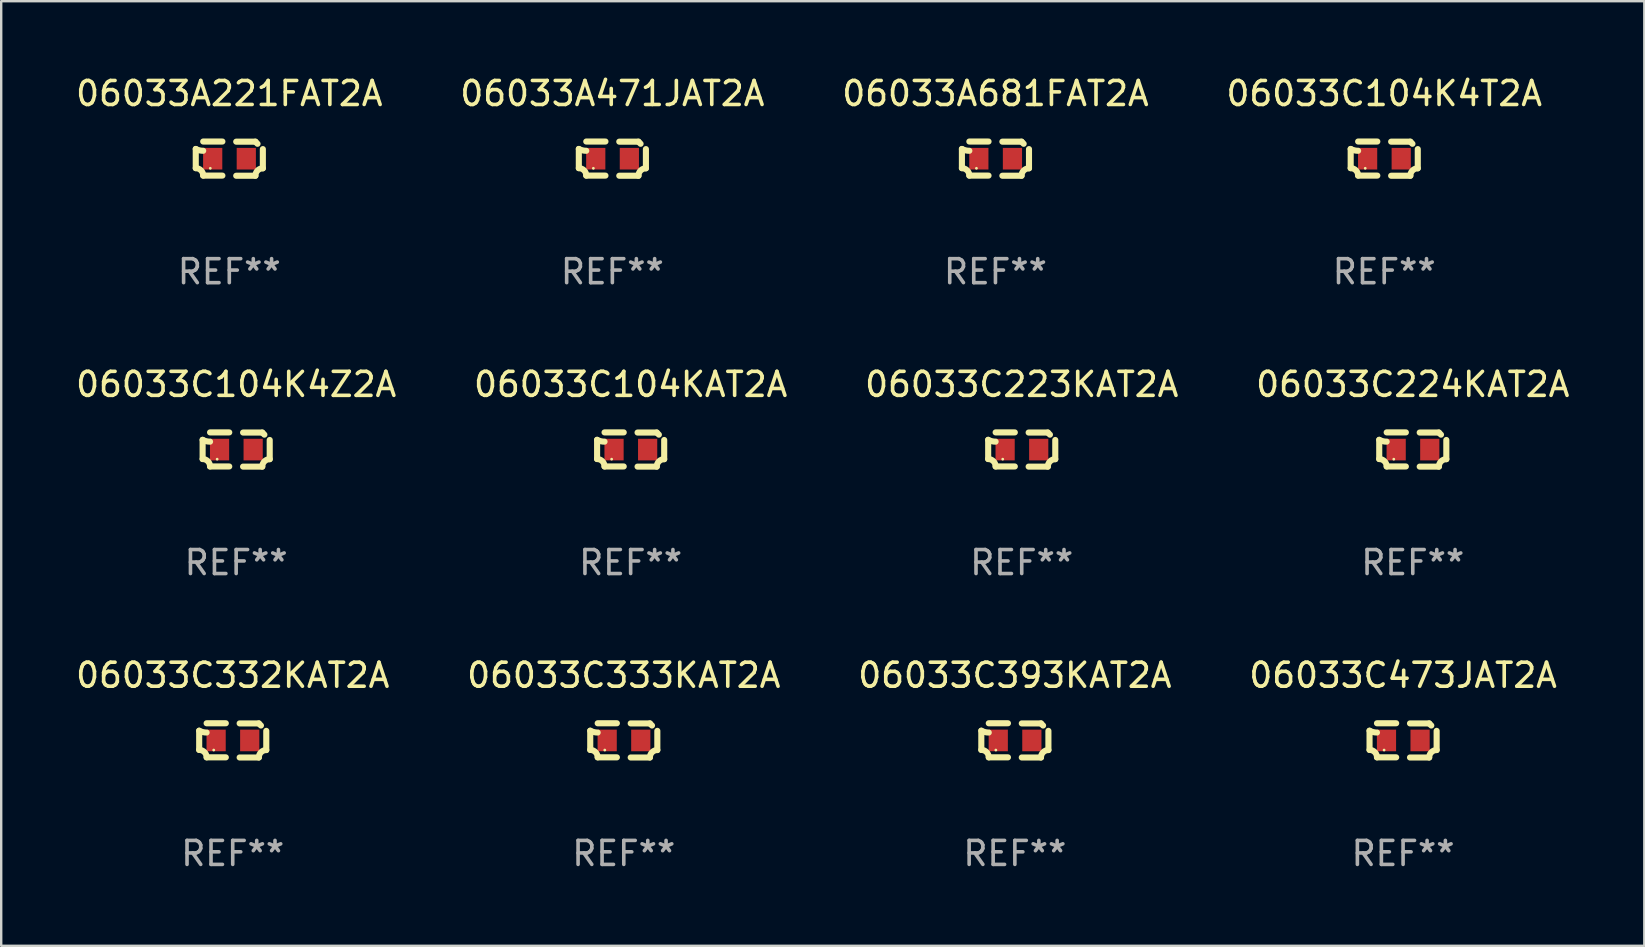
<source format=kicad_pcb>
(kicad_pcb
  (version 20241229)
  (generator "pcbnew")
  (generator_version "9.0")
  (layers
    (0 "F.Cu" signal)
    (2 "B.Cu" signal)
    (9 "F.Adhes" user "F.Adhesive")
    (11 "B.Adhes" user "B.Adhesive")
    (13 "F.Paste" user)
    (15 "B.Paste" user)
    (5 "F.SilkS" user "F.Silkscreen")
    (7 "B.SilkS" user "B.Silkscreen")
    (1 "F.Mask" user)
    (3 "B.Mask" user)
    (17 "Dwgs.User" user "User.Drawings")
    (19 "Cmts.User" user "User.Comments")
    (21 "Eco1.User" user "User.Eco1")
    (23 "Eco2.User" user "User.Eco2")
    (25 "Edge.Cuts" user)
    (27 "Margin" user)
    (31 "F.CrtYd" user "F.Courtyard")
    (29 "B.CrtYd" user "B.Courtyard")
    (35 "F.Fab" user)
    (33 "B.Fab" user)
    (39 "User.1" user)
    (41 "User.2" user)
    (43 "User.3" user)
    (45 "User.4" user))
  (footprint "06033C473JAT2A"
    (layer "F.Cu")
    (at 55.423 27.805)
    (property "Reference" "06033C473JAT2A" (at 0 -2.713 0) (layer "F.SilkS") (effects (font (size 1 1) (thickness 0.15))))
    (attr through_hole)
    (fp_line (start -1.398 -0.403) (end -1.398 0.397) (stroke (width 0.254) (type solid)) (layer "F.SilkS"))
    (fp_line (start -0.288 -0.713) (end -1.088 -0.713) (stroke (width 0.254) (type solid)) (layer "F.SilkS"))
    (fp_line (start -0.288 0.707) (end -1.088 0.707) (stroke (width 0.254) (type solid)) (layer "F.SilkS"))
    (fp_line (start 0.288 -0.707) (end 1.088 -0.707) (stroke (width 0.254) (type solid)) (layer "F.SilkS"))
    (fp_line (start 0.288 0.713) (end 1.088 0.713) (stroke (width 0.254) (type solid)) (layer "F.SilkS"))
    (fp_line (start 1.398 -0.397) (end 1.398 0.403) (stroke (width 0.254) (type solid)) (layer "F.SilkS"))
    (fp_arc (start -1.397789 0.397066) (mid -1.178701 0.487826) (end -1.08796 0.706922) (stroke (width 0.254001) (type solid)) (layer "F.SilkS"))
    (fp_arc (start -1.08796 -0.327176) (mid -1.247436 -0.346384) (end -1.39779 -0.402908) (stroke (width 0.254001) (type solid)) (layer "F.SilkS"))
    (fp_arc (start 1.087909 0.712738) (mid 1.178656 0.493655) (end 1.397739 0.402908) (stroke (width 0.254001) (type solid)) (layer "F.SilkS"))
    (fp_arc (start 1.175925 -0.618926) (mid 1.131917 -0.662923) (end 1.08791 -0.706922) (stroke (width 0.254001) (type solid)) (layer "F.SilkS"))
    (fp_circle (center -0.792 0.403) (end -0.762 0.403) (stroke (width 0.06) (type solid)) (fill no) (layer "F.SilkS"))
    (fp_text user "REF**" (at 0 4.713 0) (layer "F.Fab") (effects (font (size 1 1) (thickness 0.15))))
    (pad "1" smd rect (at -0.692 0.003) (size 0.8 0.9) (layers "F.Cu" "F.Mask" "F.Paste"))
    (pad "2" smd rect (at 0.708 0.003) (size 0.8 0.9) (layers "F.Cu" "F.Mask" "F.Paste")))
  (footprint "06033A681FAT2A"
    (layer "F.Cu")
    (at 38.435 3.561)
    (property "Reference" "06033A681FAT2A" (at 0 -2.713 0) (layer "F.SilkS") (effects (font (size 1 1) (thickness 0.15))))
    (attr through_hole)
    (fp_line (start -1.398 -0.403) (end -1.398 0.397) (stroke (width 0.254) (type solid)) (layer "F.SilkS"))
    (fp_line (start -0.288 -0.713) (end -1.088 -0.713) (stroke (width 0.254) (type solid)) (layer "F.SilkS"))
    (fp_line (start -0.288 0.707) (end -1.088 0.707) (stroke (width 0.254) (type solid)) (layer "F.SilkS"))
    (fp_line (start 0.288 -0.707) (end 1.088 -0.707) (stroke (width 0.254) (type solid)) (layer "F.SilkS"))
    (fp_line (start 0.288 0.713) (end 1.088 0.713) (stroke (width 0.254) (type solid)) (layer "F.SilkS"))
    (fp_line (start 1.398 -0.397) (end 1.398 0.403) (stroke (width 0.254) (type solid)) (layer "F.SilkS"))
    (fp_arc (start -1.397789 0.397066) (mid -1.178701 0.487826) (end -1.08796 0.706922) (stroke (width 0.254001) (type solid)) (layer "F.SilkS"))
    (fp_arc (start -1.08796 -0.327176) (mid -1.247436 -0.346384) (end -1.39779 -0.402908) (stroke (width 0.254001) (type solid)) (layer "F.SilkS"))
    (fp_arc (start 1.087909 0.712738) (mid 1.178656 0.493655) (end 1.397739 0.402908) (stroke (width 0.254001) (type solid)) (layer "F.SilkS"))
    (fp_arc (start 1.175925 -0.618926) (mid 1.131917 -0.662923) (end 1.08791 -0.706922) (stroke (width 0.254001) (type solid)) (layer "F.SilkS"))
    (fp_circle (center -0.792 0.403) (end -0.762 0.403) (stroke (width 0.06) (type solid)) (fill no) (layer "F.SilkS"))
    (fp_text user "REF**" (at 0 4.713 0) (layer "F.Fab") (effects (font (size 1 1) (thickness 0.15))))
    (pad "1" smd rect (at -0.692 0.003) (size 0.8 0.9) (layers "F.Cu" "F.Mask" "F.Paste"))
    (pad "2" smd rect (at 0.708 0.003) (size 0.8 0.9) (layers "F.Cu" "F.Mask" "F.Paste")))
  (footprint "06033C333KAT2A"
    (layer "F.Cu")
    (at 22.946 27.805)
    (property "Reference" "06033C333KAT2A" (at 0 -2.713 0) (layer "F.SilkS") (effects (font (size 1 1) (thickness 0.15))))
    (attr through_hole)
    (fp_line (start -1.398 -0.403) (end -1.398 0.397) (stroke (width 0.254) (type solid)) (layer "F.SilkS"))
    (fp_line (start -0.288 -0.713) (end -1.088 -0.713) (stroke (width 0.254) (type solid)) (layer "F.SilkS"))
    (fp_line (start -0.288 0.707) (end -1.088 0.707) (stroke (width 0.254) (type solid)) (layer "F.SilkS"))
    (fp_line (start 0.288 -0.707) (end 1.088 -0.707) (stroke (width 0.254) (type solid)) (layer "F.SilkS"))
    (fp_line (start 0.288 0.713) (end 1.088 0.713) (stroke (width 0.254) (type solid)) (layer "F.SilkS"))
    (fp_line (start 1.398 -0.397) (end 1.398 0.403) (stroke (width 0.254) (type solid)) (layer "F.SilkS"))
    (fp_arc (start -1.397789 0.397066) (mid -1.178701 0.487826) (end -1.08796 0.706922) (stroke (width 0.254001) (type solid)) (layer "F.SilkS"))
    (fp_arc (start -1.08796 -0.327176) (mid -1.247436 -0.346384) (end -1.39779 -0.402908) (stroke (width 0.254001) (type solid)) (layer "F.SilkS"))
    (fp_arc (start 1.087909 0.712738) (mid 1.178656 0.493655) (end 1.397739 0.402908) (stroke (width 0.254001) (type solid)) (layer "F.SilkS"))
    (fp_arc (start 1.175925 -0.618926) (mid 1.131917 -0.662923) (end 1.08791 -0.706922) (stroke (width 0.254001) (type solid)) (layer "F.SilkS"))
    (fp_circle (center -0.792 0.403) (end -0.762 0.403) (stroke (width 0.06) (type solid)) (fill no) (layer "F.SilkS"))
    (fp_text user "REF**" (at 0 4.713 0) (layer "F.Fab") (effects (font (size 1 1) (thickness 0.15))))
    (pad "1" smd rect (at -0.692 0.003) (size 0.8 0.9) (layers "F.Cu" "F.Mask" "F.Paste"))
    (pad "2" smd rect (at 0.708 0.003) (size 0.8 0.9) (layers "F.Cu" "F.Mask" "F.Paste")))
  (footprint "06033C104K4Z2A"
    (layer "F.Cu")
    (at 6.792 15.683)
    (property "Reference" "06033C104K4Z2A" (at 0 -2.713 0) (layer "F.SilkS") (effects (font (size 1 1) (thickness 0.15))))
    (attr through_hole)
    (fp_line (start -1.398 -0.403) (end -1.398 0.397) (stroke (width 0.254) (type solid)) (layer "F.SilkS"))
    (fp_line (start -0.288 -0.713) (end -1.088 -0.713) (stroke (width 0.254) (type solid)) (layer "F.SilkS"))
    (fp_line (start -0.288 0.707) (end -1.088 0.707) (stroke (width 0.254) (type solid)) (layer "F.SilkS"))
    (fp_line (start 0.288 -0.707) (end 1.088 -0.707) (stroke (width 0.254) (type solid)) (layer "F.SilkS"))
    (fp_line (start 0.288 0.713) (end 1.088 0.713) (stroke (width 0.254) (type solid)) (layer "F.SilkS"))
    (fp_line (start 1.398 -0.397) (end 1.398 0.403) (stroke (width 0.254) (type solid)) (layer "F.SilkS"))
    (fp_arc (start -1.397789 0.397066) (mid -1.178701 0.487826) (end -1.08796 0.706922) (stroke (width 0.254001) (type solid)) (layer "F.SilkS"))
    (fp_arc (start -1.08796 -0.327176) (mid -1.247436 -0.346384) (end -1.39779 -0.402908) (stroke (width 0.254001) (type solid)) (layer "F.SilkS"))
    (fp_arc (start 1.087909 0.712738) (mid 1.178656 0.493655) (end 1.397739 0.402908) (stroke (width 0.254001) (type solid)) (layer "F.SilkS"))
    (fp_arc (start 1.175925 -0.618926) (mid 1.131917 -0.662923) (end 1.08791 -0.706922) (stroke (width 0.254001) (type solid)) (layer "F.SilkS"))
    (fp_circle (center -0.792 0.403) (end -0.762 0.403) (stroke (width 0.06) (type solid)) (fill no) (layer "F.SilkS"))
    (fp_text user "REF**" (at 0 4.713 0) (layer "F.Fab") (effects (font (size 1 1) (thickness 0.15))))
    (pad "1" smd rect (at -0.692 0.003) (size 0.8 0.9) (layers "F.Cu" "F.Mask" "F.Paste"))
    (pad "2" smd rect (at 0.708 0.003) (size 0.8 0.9) (layers "F.Cu" "F.Mask" "F.Paste")))
  (footprint "06033A221FAT2A"
    (layer "F.Cu")
    (at 6.506 3.561)
    (property "Reference" "06033A221FAT2A" (at 0 -2.713 0) (layer "F.SilkS") (effects (font (size 1 1) (thickness 0.15))))
    (attr through_hole)
    (fp_line (start -1.398 -0.403) (end -1.398 0.397) (stroke (width 0.254) (type solid)) (layer "F.SilkS"))
    (fp_line (start -0.288 -0.713) (end -1.088 -0.713) (stroke (width 0.254) (type solid)) (layer "F.SilkS"))
    (fp_line (start -0.288 0.707) (end -1.088 0.707) (stroke (width 0.254) (type solid)) (layer "F.SilkS"))
    (fp_line (start 0.288 -0.707) (end 1.088 -0.707) (stroke (width 0.254) (type solid)) (layer "F.SilkS"))
    (fp_line (start 0.288 0.713) (end 1.088 0.713) (stroke (width 0.254) (type solid)) (layer "F.SilkS"))
    (fp_line (start 1.398 -0.397) (end 1.398 0.403) (stroke (width 0.254) (type solid)) (layer "F.SilkS"))
    (fp_arc (start -1.397789 0.397066) (mid -1.178701 0.487826) (end -1.08796 0.706922) (stroke (width 0.254001) (type solid)) (layer "F.SilkS"))
    (fp_arc (start -1.08796 -0.327176) (mid -1.247436 -0.346384) (end -1.39779 -0.402908) (stroke (width 0.254001) (type solid)) (layer "F.SilkS"))
    (fp_arc (start 1.087909 0.712738) (mid 1.178656 0.493655) (end 1.397739 0.402908) (stroke (width 0.254001) (type solid)) (layer "F.SilkS"))
    (fp_arc (start 1.175925 -0.618926) (mid 1.131917 -0.662923) (end 1.08791 -0.706922) (stroke (width 0.254001) (type solid)) (layer "F.SilkS"))
    (fp_circle (center -0.792 0.403) (end -0.762 0.403) (stroke (width 0.06) (type solid)) (fill no) (layer "F.SilkS"))
    (fp_text user "REF**" (at 0 4.713 0) (layer "F.Fab") (effects (font (size 1 1) (thickness 0.15))))
    (pad "1" smd rect (at -0.692 0.003) (size 0.8 0.9) (layers "F.Cu" "F.Mask" "F.Paste"))
    (pad "2" smd rect (at 0.708 0.003) (size 0.8 0.9) (layers "F.Cu" "F.Mask" "F.Paste")))
  (footprint "06033A471JAT2A"
    (layer "F.Cu")
    (at 22.47 3.561)
    (property "Reference" "06033A471JAT2A" (at 0 -2.713 0) (layer "F.SilkS") (effects (font (size 1 1) (thickness 0.15))))
    (attr through_hole)
    (fp_line (start -1.398 -0.403) (end -1.398 0.397) (stroke (width 0.254) (type solid)) (layer "F.SilkS"))
    (fp_line (start -0.288 -0.713) (end -1.088 -0.713) (stroke (width 0.254) (type solid)) (layer "F.SilkS"))
    (fp_line (start -0.288 0.707) (end -1.088 0.707) (stroke (width 0.254) (type solid)) (layer "F.SilkS"))
    (fp_line (start 0.288 -0.707) (end 1.088 -0.707) (stroke (width 0.254) (type solid)) (layer "F.SilkS"))
    (fp_line (start 0.288 0.713) (end 1.088 0.713) (stroke (width 0.254) (type solid)) (layer "F.SilkS"))
    (fp_line (start 1.398 -0.397) (end 1.398 0.403) (stroke (width 0.254) (type solid)) (layer "F.SilkS"))
    (fp_arc (start -1.397789 0.397066) (mid -1.178701 0.487826) (end -1.08796 0.706922) (stroke (width 0.254001) (type solid)) (layer "F.SilkS"))
    (fp_arc (start -1.08796 -0.327176) (mid -1.247436 -0.346384) (end -1.39779 -0.402908) (stroke (width 0.254001) (type solid)) (layer "F.SilkS"))
    (fp_arc (start 1.087909 0.712738) (mid 1.178656 0.493655) (end 1.397739 0.402908) (stroke (width 0.254001) (type solid)) (layer "F.SilkS"))
    (fp_arc (start 1.175925 -0.618926) (mid 1.131917 -0.662923) (end 1.08791 -0.706922) (stroke (width 0.254001) (type solid)) (layer "F.SilkS"))
    (fp_circle (center -0.792 0.403) (end -0.762 0.403) (stroke (width 0.06) (type solid)) (fill no) (layer "F.SilkS"))
    (fp_text user "REF**" (at 0 4.713 0) (layer "F.Fab") (effects (font (size 1 1) (thickness 0.15))))
    (pad "1" smd rect (at -0.692 0.003) (size 0.8 0.9) (layers "F.Cu" "F.Mask" "F.Paste"))
    (pad "2" smd rect (at 0.708 0.003) (size 0.8 0.9) (layers "F.Cu" "F.Mask" "F.Paste")))
  (footprint "06033C104KAT2A"
    (layer "F.Cu")
    (at 23.232 15.683)
    (property "Reference" "06033C104KAT2A" (at 0 -2.713 0) (layer "F.SilkS") (effects (font (size 1 1) (thickness 0.15))))
    (attr through_hole)
    (fp_line (start -1.398 -0.403) (end -1.398 0.397) (stroke (width 0.254) (type solid)) (layer "F.SilkS"))
    (fp_line (start -0.288 -0.713) (end -1.088 -0.713) (stroke (width 0.254) (type solid)) (layer "F.SilkS"))
    (fp_line (start -0.288 0.707) (end -1.088 0.707) (stroke (width 0.254) (type solid)) (layer "F.SilkS"))
    (fp_line (start 0.288 -0.707) (end 1.088 -0.707) (stroke (width 0.254) (type solid)) (layer "F.SilkS"))
    (fp_line (start 0.288 0.713) (end 1.088 0.713) (stroke (width 0.254) (type solid)) (layer "F.SilkS"))
    (fp_line (start 1.398 -0.397) (end 1.398 0.403) (stroke (width 0.254) (type solid)) (layer "F.SilkS"))
    (fp_arc (start -1.397789 0.397066) (mid -1.178701 0.487826) (end -1.08796 0.706922) (stroke (width 0.254001) (type solid)) (layer "F.SilkS"))
    (fp_arc (start -1.08796 -0.327176) (mid -1.247436 -0.346384) (end -1.39779 -0.402908) (stroke (width 0.254001) (type solid)) (layer "F.SilkS"))
    (fp_arc (start 1.087909 0.712738) (mid 1.178656 0.493655) (end 1.397739 0.402908) (stroke (width 0.254001) (type solid)) (layer "F.SilkS"))
    (fp_arc (start 1.175925 -0.618926) (mid 1.131917 -0.662923) (end 1.08791 -0.706922) (stroke (width 0.254001) (type solid)) (layer "F.SilkS"))
    (fp_circle (center -0.792 0.403) (end -0.762 0.403) (stroke (width 0.06) (type solid)) (fill no) (layer "F.SilkS"))
    (fp_text user "REF**" (at 0 4.713 0) (layer "F.Fab") (effects (font (size 1 1) (thickness 0.15))))
    (pad "1" smd rect (at -0.692 0.003) (size 0.8 0.9) (layers "F.Cu" "F.Mask" "F.Paste"))
    (pad "2" smd rect (at 0.708 0.003) (size 0.8 0.9) (layers "F.Cu" "F.Mask" "F.Paste")))
  (footprint "06033C104K4T2A"
    (layer "F.Cu")
    (at 54.637 3.561)
    (property "Reference" "06033C104K4T2A" (at 0 -2.713 0) (layer "F.SilkS") (effects (font (size 1 1) (thickness 0.15))))
    (attr through_hole)
    (fp_line (start -1.398 -0.403) (end -1.398 0.397) (stroke (width 0.254) (type solid)) (layer "F.SilkS"))
    (fp_line (start -0.288 -0.713) (end -1.088 -0.713) (stroke (width 0.254) (type solid)) (layer "F.SilkS"))
    (fp_line (start -0.288 0.707) (end -1.088 0.707) (stroke (width 0.254) (type solid)) (layer "F.SilkS"))
    (fp_line (start 0.288 -0.707) (end 1.088 -0.707) (stroke (width 0.254) (type solid)) (layer "F.SilkS"))
    (fp_line (start 0.288 0.713) (end 1.088 0.713) (stroke (width 0.254) (type solid)) (layer "F.SilkS"))
    (fp_line (start 1.398 -0.397) (end 1.398 0.403) (stroke (width 0.254) (type solid)) (layer "F.SilkS"))
    (fp_arc (start -1.397789 0.397066) (mid -1.178701 0.487826) (end -1.08796 0.706922) (stroke (width 0.254001) (type solid)) (layer "F.SilkS"))
    (fp_arc (start -1.08796 -0.327176) (mid -1.247436 -0.346384) (end -1.39779 -0.402908) (stroke (width 0.254001) (type solid)) (layer "F.SilkS"))
    (fp_arc (start 1.087909 0.712738) (mid 1.178656 0.493655) (end 1.397739 0.402908) (stroke (width 0.254001) (type solid)) (layer "F.SilkS"))
    (fp_arc (start 1.175925 -0.618926) (mid 1.131917 -0.662923) (end 1.08791 -0.706922) (stroke (width 0.254001) (type solid)) (layer "F.SilkS"))
    (fp_circle (center -0.792 0.403) (end -0.762 0.403) (stroke (width 0.06) (type solid)) (fill no) (layer "F.SilkS"))
    (fp_text user "REF**" (at 0 4.713 0) (layer "F.Fab") (effects (font (size 1 1) (thickness 0.15))))
    (pad "1" smd rect (at -0.692 0.003) (size 0.8 0.9) (layers "F.Cu" "F.Mask" "F.Paste"))
    (pad "2" smd rect (at 0.708 0.003) (size 0.8 0.9) (layers "F.Cu" "F.Mask" "F.Paste")))
  (footprint "06033C224KAT2A"
    (layer "F.Cu")
    (at 55.827 15.683)
    (property "Reference" "06033C224KAT2A" (at 0 -2.713 0) (layer "F.SilkS") (effects (font (size 1 1) (thickness 0.15))))
    (attr through_hole)
    (fp_line (start -1.398 -0.403) (end -1.398 0.397) (stroke (width 0.254) (type solid)) (layer "F.SilkS"))
    (fp_line (start -0.288 -0.713) (end -1.088 -0.713) (stroke (width 0.254) (type solid)) (layer "F.SilkS"))
    (fp_line (start -0.288 0.707) (end -1.088 0.707) (stroke (width 0.254) (type solid)) (layer "F.SilkS"))
    (fp_line (start 0.288 -0.707) (end 1.088 -0.707) (stroke (width 0.254) (type solid)) (layer "F.SilkS"))
    (fp_line (start 0.288 0.713) (end 1.088 0.713) (stroke (width 0.254) (type solid)) (layer "F.SilkS"))
    (fp_line (start 1.398 -0.397) (end 1.398 0.403) (stroke (width 0.254) (type solid)) (layer "F.SilkS"))
    (fp_arc (start -1.397789 0.397066) (mid -1.178701 0.487826) (end -1.08796 0.706922) (stroke (width 0.254001) (type solid)) (layer "F.SilkS"))
    (fp_arc (start -1.08796 -0.327176) (mid -1.247436 -0.346384) (end -1.39779 -0.402908) (stroke (width 0.254001) (type solid)) (layer "F.SilkS"))
    (fp_arc (start 1.087909 0.712738) (mid 1.178656 0.493655) (end 1.397739 0.402908) (stroke (width 0.254001) (type solid)) (layer "F.SilkS"))
    (fp_arc (start 1.175925 -0.618926) (mid 1.131917 -0.662923) (end 1.08791 -0.706922) (stroke (width 0.254001) (type solid)) (layer "F.SilkS"))
    (fp_circle (center -0.792 0.403) (end -0.762 0.403) (stroke (width 0.06) (type solid)) (fill no) (layer "F.SilkS"))
    (fp_text user "REF**" (at 0 4.713 0) (layer "F.Fab") (effects (font (size 1 1) (thickness 0.15))))
    (pad "1" smd rect (at -0.692 0.003) (size 0.8 0.9) (layers "F.Cu" "F.Mask" "F.Paste"))
    (pad "2" smd rect (at 0.708 0.003) (size 0.8 0.9) (layers "F.Cu" "F.Mask" "F.Paste")))
  (footprint "06033C332KAT2A"
    (layer "F.Cu")
    (at 6.649 27.805)
    (property "Reference" "06033C332KAT2A" (at 0 -2.713 0) (layer "F.SilkS") (effects (font (size 1 1) (thickness 0.15))))
    (attr through_hole)
    (fp_line (start -1.398 -0.403) (end -1.398 0.397) (stroke (width 0.254) (type solid)) (layer "F.SilkS"))
    (fp_line (start -0.288 -0.713) (end -1.088 -0.713) (stroke (width 0.254) (type solid)) (layer "F.SilkS"))
    (fp_line (start -0.288 0.707) (end -1.088 0.707) (stroke (width 0.254) (type solid)) (layer "F.SilkS"))
    (fp_line (start 0.288 -0.707) (end 1.088 -0.707) (stroke (width 0.254) (type solid)) (layer "F.SilkS"))
    (fp_line (start 0.288 0.713) (end 1.088 0.713) (stroke (width 0.254) (type solid)) (layer "F.SilkS"))
    (fp_line (start 1.398 -0.397) (end 1.398 0.403) (stroke (width 0.254) (type solid)) (layer "F.SilkS"))
    (fp_arc (start -1.397789 0.397066) (mid -1.178701 0.487826) (end -1.08796 0.706922) (stroke (width 0.254001) (type solid)) (layer "F.SilkS"))
    (fp_arc (start -1.08796 -0.327176) (mid -1.247436 -0.346384) (end -1.39779 -0.402908) (stroke (width 0.254001) (type solid)) (layer "F.SilkS"))
    (fp_arc (start 1.087909 0.712738) (mid 1.178656 0.493655) (end 1.397739 0.402908) (stroke (width 0.254001) (type solid)) (layer "F.SilkS"))
    (fp_arc (start 1.175925 -0.618926) (mid 1.131917 -0.662923) (end 1.08791 -0.706922) (stroke (width 0.254001) (type solid)) (layer "F.SilkS"))
    (fp_circle (center -0.792 0.403) (end -0.762 0.403) (stroke (width 0.06) (type solid)) (fill no) (layer "F.SilkS"))
    (fp_text user "REF**" (at 0 4.713 0) (layer "F.Fab") (effects (font (size 1 1) (thickness 0.15))))
    (pad "1" smd rect (at -0.692 0.003) (size 0.8 0.9) (layers "F.Cu" "F.Mask" "F.Paste"))
    (pad "2" smd rect (at 0.708 0.003) (size 0.8 0.9) (layers "F.Cu" "F.Mask" "F.Paste")))
  (footprint "06033C393KAT2A"
    (layer "F.Cu")
    (at 39.244 27.805)
    (property "Reference" "06033C393KAT2A" (at 0 -2.713 0) (layer "F.SilkS") (effects (font (size 1 1) (thickness 0.15))))
    (attr through_hole)
    (fp_line (start -1.398 -0.403) (end -1.398 0.397) (stroke (width 0.254) (type solid)) (layer "F.SilkS"))
    (fp_line (start -0.288 -0.713) (end -1.088 -0.713) (stroke (width 0.254) (type solid)) (layer "F.SilkS"))
    (fp_line (start -0.288 0.707) (end -1.088 0.707) (stroke (width 0.254) (type solid)) (layer "F.SilkS"))
    (fp_line (start 0.288 -0.707) (end 1.088 -0.707) (stroke (width 0.254) (type solid)) (layer "F.SilkS"))
    (fp_line (start 0.288 0.713) (end 1.088 0.713) (stroke (width 0.254) (type solid)) (layer "F.SilkS"))
    (fp_line (start 1.398 -0.397) (end 1.398 0.403) (stroke (width 0.254) (type solid)) (layer "F.SilkS"))
    (fp_arc (start -1.397789 0.397066) (mid -1.178701 0.487826) (end -1.08796 0.706922) (stroke (width 0.254001) (type solid)) (layer "F.SilkS"))
    (fp_arc (start -1.08796 -0.327176) (mid -1.247436 -0.346384) (end -1.39779 -0.402908) (stroke (width 0.254001) (type solid)) (layer "F.SilkS"))
    (fp_arc (start 1.087909 0.712738) (mid 1.178656 0.493655) (end 1.397739 0.402908) (stroke (width 0.254001) (type solid)) (layer "F.SilkS"))
    (fp_arc (start 1.175925 -0.618926) (mid 1.131917 -0.662923) (end 1.08791 -0.706922) (stroke (width 0.254001) (type solid)) (layer "F.SilkS"))
    (fp_circle (center -0.792 0.403) (end -0.762 0.403) (stroke (width 0.06) (type solid)) (fill no) (layer "F.SilkS"))
    (fp_text user "REF**" (at 0 4.713 0) (layer "F.Fab") (effects (font (size 1 1) (thickness 0.15))))
    (pad "1" smd rect (at -0.692 0.003) (size 0.8 0.9) (layers "F.Cu" "F.Mask" "F.Paste"))
    (pad "2" smd rect (at 0.708 0.003) (size 0.8 0.9) (layers "F.Cu" "F.Mask" "F.Paste")))
  (footprint "06033C223KAT2A"
    (layer "F.Cu")
    (at 39.53 15.683)
    (property "Reference" "06033C223KAT2A" (at 0 -2.713 0) (layer "F.SilkS") (effects (font (size 1 1) (thickness 0.15))))
    (attr through_hole)
    (fp_line (start -1.398 -0.403) (end -1.398 0.397) (stroke (width 0.254) (type solid)) (layer "F.SilkS"))
    (fp_line (start -0.288 -0.713) (end -1.088 -0.713) (stroke (width 0.254) (type solid)) (layer "F.SilkS"))
    (fp_line (start -0.288 0.707) (end -1.088 0.707) (stroke (width 0.254) (type solid)) (layer "F.SilkS"))
    (fp_line (start 0.288 -0.707) (end 1.088 -0.707) (stroke (width 0.254) (type solid)) (layer "F.SilkS"))
    (fp_line (start 0.288 0.713) (end 1.088 0.713) (stroke (width 0.254) (type solid)) (layer "F.SilkS"))
    (fp_line (start 1.398 -0.397) (end 1.398 0.403) (stroke (width 0.254) (type solid)) (layer "F.SilkS"))
    (fp_arc (start -1.397789 0.397066) (mid -1.178701 0.487826) (end -1.08796 0.706922) (stroke (width 0.254001) (type solid)) (layer "F.SilkS"))
    (fp_arc (start -1.08796 -0.327176) (mid -1.247436 -0.346384) (end -1.39779 -0.402908) (stroke (width 0.254001) (type solid)) (layer "F.SilkS"))
    (fp_arc (start 1.087909 0.712738) (mid 1.178656 0.493655) (end 1.397739 0.402908) (stroke (width 0.254001) (type solid)) (layer "F.SilkS"))
    (fp_arc (start 1.175925 -0.618926) (mid 1.131917 -0.662923) (end 1.08791 -0.706922) (stroke (width 0.254001) (type solid)) (layer "F.SilkS"))
    (fp_circle (center -0.792 0.403) (end -0.762 0.403) (stroke (width 0.06) (type solid)) (fill no) (layer "F.SilkS"))
    (fp_text user "REF**" (at 0 4.713 0) (layer "F.Fab") (effects (font (size 1 1) (thickness 0.15))))
    (pad "1" smd rect (at -0.692 0.003) (size 0.8 0.9) (layers "F.Cu" "F.Mask" "F.Paste"))
    (pad "2" smd rect (at 0.708 0.003) (size 0.8 0.9) (layers "F.Cu" "F.Mask" "F.Paste")))
  (gr_rect
    (start -3 -3)
    (end 65.476 36.366)
    (stroke (width 0.1) (type default))
    (fill no)
    (layer "Edge.Cuts")))
</source>
